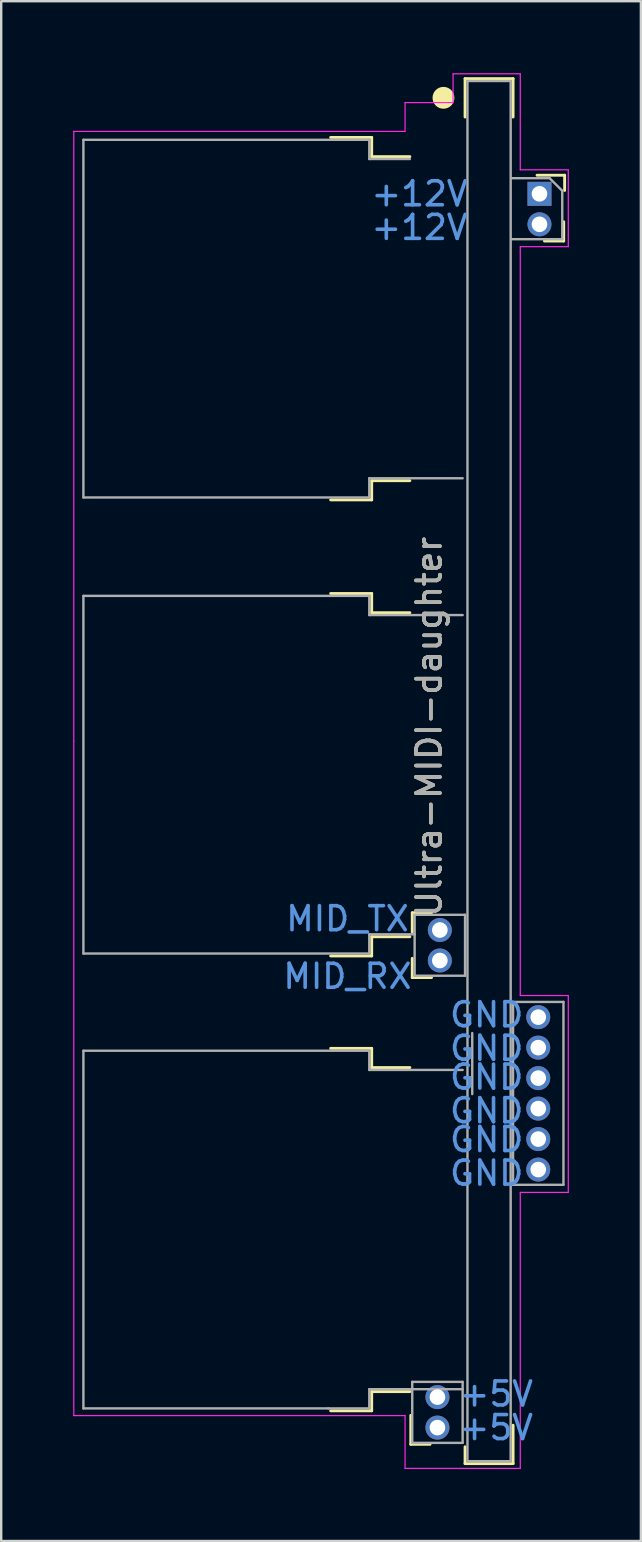
<source format=kicad_pcb>
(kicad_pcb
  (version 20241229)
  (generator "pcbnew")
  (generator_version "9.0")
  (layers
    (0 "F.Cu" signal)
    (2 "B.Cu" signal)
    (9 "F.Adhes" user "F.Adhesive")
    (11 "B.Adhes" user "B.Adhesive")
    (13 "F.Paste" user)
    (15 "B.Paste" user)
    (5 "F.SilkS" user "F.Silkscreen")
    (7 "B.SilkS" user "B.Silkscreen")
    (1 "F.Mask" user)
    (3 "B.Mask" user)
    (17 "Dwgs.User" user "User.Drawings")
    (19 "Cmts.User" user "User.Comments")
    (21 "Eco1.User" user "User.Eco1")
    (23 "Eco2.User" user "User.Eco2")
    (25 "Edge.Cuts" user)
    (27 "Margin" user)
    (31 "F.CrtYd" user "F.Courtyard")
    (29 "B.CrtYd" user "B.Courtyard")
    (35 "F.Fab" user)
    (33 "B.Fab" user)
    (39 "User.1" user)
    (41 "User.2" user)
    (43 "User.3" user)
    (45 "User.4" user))
  (footprint "Ultra-MIDI-daughter"
    (layer "F.Cu")
    (at 17.825 27.825)
    (property "Reference" "Ultra-MIDI-daughter" (at -3 -0.6 270) (layer "F.SilkS") (effects (font (size 1 1) (thickness 0.15))))
    (attr through_hole exclude_from_bom)
    (fp_line (start -7.1 -25.15) (end -5.39 -25.15) (stroke (width 0.12) (type solid)) (layer "F.SilkS"))
    (fp_line (start -7.1 -10.05) (end -5.39 -10.05) (stroke (width 0.12) (type solid)) (layer "F.SilkS"))
    (fp_line (start -7.1 -6.15) (end -5.39 -6.15) (stroke (width 0.12) (type solid)) (layer "F.SilkS"))
    (fp_line (start -7.1 8.95) (end -5.39 8.95) (stroke (width 0.12) (type solid)) (layer "F.SilkS"))
    (fp_line (start -7.1 12.8) (end -5.39 12.8) (stroke (width 0.12) (type solid)) (layer "F.SilkS"))
    (fp_line (start -7.1 27.9) (end -5.39 27.9) (stroke (width 0.12) (type solid)) (layer "F.SilkS"))
    (fp_line (start -5.39 -24.35) (end -5.39 -25.15) (stroke (width 0.12) (type solid)) (layer "F.SilkS"))
    (fp_line (start -5.39 -24.35) (end -3.8 -24.35) (stroke (width 0.12) (type solid)) (layer "F.SilkS"))
    (fp_line (start -5.39 -10.85) (end -5.39 -10.05) (stroke (width 0.12) (type solid)) (layer "F.SilkS"))
    (fp_line (start -5.39 -10.85) (end -3.8 -10.85) (stroke (width 0.12) (type solid)) (layer "F.SilkS"))
    (fp_line (start -5.39 -5.35) (end -5.39 -6.15) (stroke (width 0.12) (type solid)) (layer "F.SilkS"))
    (fp_line (start -5.39 -5.35) (end -3.8 -5.35) (stroke (width 0.12) (type solid)) (layer "F.SilkS"))
    (fp_line (start -5.39 8.15) (end -5.39 8.95) (stroke (width 0.12) (type solid)) (layer "F.SilkS"))
    (fp_line (start -5.39 8.15) (end -3.8 8.15) (stroke (width 0.12) (type solid)) (layer "F.SilkS"))
    (fp_line (start -5.39 13.6) (end -5.39 12.8) (stroke (width 0.12) (type solid)) (layer "F.SilkS"))
    (fp_line (start -5.39 13.6) (end -3.8 13.6) (stroke (width 0.12) (type solid)) (layer "F.SilkS"))
    (fp_line (start -5.39 27.1) (end -5.39 27.9) (stroke (width 0.12) (type solid)) (layer "F.SilkS"))
    (fp_line (start -5.39 27.1) (end -3.8 27.1) (stroke (width 0.12) (type solid)) (layer "F.SilkS"))
    (fp_line (start -3.761 28.09) (end -3.761 29.295) (stroke (width 0.12) (type solid)) (layer "F.SilkS"))
    (fp_line (start -3.761 29.295) (end -2.959 29.295) (stroke (width 0.12) (type solid)) (layer "F.SilkS"))
    (fp_line (start -3.7 7.955) (end -3.7 7.152) (stroke (width 0.12) (type solid)) (layer "F.SilkS"))
    (fp_line (start -3.7 9.05) (end -3.7 9.852) (stroke (width 0.12) (type solid)) (layer "F.SilkS"))
    (fp_line (start -2.898 7.152) (end -3.7 7.152) (stroke (width 0.12) (type solid)) (layer "F.SilkS"))
    (fp_line (start -2.898 9.852) (end -3.7 9.852) (stroke (width 0.12) (type solid)) (layer "F.SilkS"))
    (fp_line (start -1.5 -27.6) (end 0.5 -27.6) (stroke (width 0.12) (type solid)) (layer "F.SilkS"))
    (fp_line (start -1.5 -26) (end -1.5 -27.6) (stroke (width 0.12) (type solid)) (layer "F.SilkS"))
    (fp_line (start -1.5 29.4) (end -1.5 30.1) (stroke (width 0.12) (type solid)) (layer "F.SilkS"))
    (fp_line (start -1.5 30.1) (end 0.5 30.1) (stroke (width 0.12) (type solid)) (layer "F.SilkS"))
    (fp_line (start 0.5 -26) (end 0.5 -27.6) (stroke (width 0.12) (type solid)) (layer "F.SilkS"))
    (fp_line (start 0.5 28.5) (end 0.5 30.1) (stroke (width 0.12) (type solid)) (layer "F.SilkS"))
    (fp_line (start 1.806 -20.835) (end 2.609 -20.835) (stroke (width 0.12) (type solid)) (layer "F.SilkS"))
    (fp_line (start 2.609 -21.637) (end 2.609 -20.835) (stroke (width 0.12) (type solid)) (layer "F.SilkS"))
    (fp_line (start 2.648 -23.575) (end 1.499 -23.575) (stroke (width 0.12) (type solid)) (layer "F.SilkS"))
    (fp_line (start 2.648 -22.94) (end 2.648 -23.575) (stroke (width 0.12) (type solid)) (layer "F.SilkS"))
    (fp_circle (center -2.4 -26.8) (end -2.07 -26.8) (stroke (width 0.25) (type solid)) (fill yes) (layer "F.SilkS"))
    (fp_line (start -17.8 -25.4) (end -17.8 0) (stroke (width 0.05) (type solid)) (layer "F.CrtYd"))
    (fp_line (start -17.8 28.1) (end -17.8 0) (stroke (width 0.05) (type solid)) (layer "F.CrtYd"))
    (fp_line (start -17.8 28.1) (end -4 28.1) (stroke (width 0.05) (type solid)) (layer "F.CrtYd"))
    (fp_line (start -4 -26.6) (end -4 -25.4) (stroke (width 0.05) (type solid)) (layer "F.CrtYd"))
    (fp_line (start -4 -25.4) (end -17.8 -25.4) (stroke (width 0.05) (type solid)) (layer "F.CrtYd"))
    (fp_line (start -4 30.3) (end -4 28.1) (stroke (width 0.05) (type solid)) (layer "F.CrtYd"))
    (fp_line (start -2 -27.8) (end -2 -26.6) (stroke (width 0.05) (type solid)) (layer "F.CrtYd"))
    (fp_line (start -2 -26.6) (end -4 -26.6) (stroke (width 0.05) (type solid)) (layer "F.CrtYd"))
    (fp_line (start 0.8 -27.8) (end -2 -27.8) (stroke (width 0.05) (type solid)) (layer "F.CrtYd"))
    (fp_line (start 0.8 -23.8) (end 0.8 -27.8) (stroke (width 0.05) (type solid)) (layer "F.CrtYd"))
    (fp_line (start 0.8 -23.8) (end 2.8 -23.8) (stroke (width 0.05) (type solid)) (layer "F.CrtYd"))
    (fp_line (start 0.8 -20.6) (end 2.8 -20.6) (stroke (width 0.05) (type solid)) (layer "F.CrtYd"))
    (fp_line (start 0.8 -20.4) (end 0.8 -20.4) (stroke (width 0.05) (type solid)) (layer "F.CrtYd"))
    (fp_line (start 0.8 10.6) (end 0.8 -20.6) (stroke (width 0.05) (type solid)) (layer "F.CrtYd"))
    (fp_line (start 0.8 18.8) (end 2.8 18.8) (stroke (width 0.05) (type solid)) (layer "F.CrtYd"))
    (fp_line (start 0.8 30.3) (end -4 30.3) (stroke (width 0.05) (type solid)) (layer "F.CrtYd"))
    (fp_line (start 0.8 30.3) (end 0.8 18.8) (stroke (width 0.05) (type solid)) (layer "F.CrtYd"))
    (fp_line (start 2.8 -20.6) (end 2.8 -23.8) (stroke (width 0.05) (type solid)) (layer "F.CrtYd"))
    (fp_line (start 2.8 10.6) (end 0.8 10.6) (stroke (width 0.05) (type solid)) (layer "F.CrtYd"))
    (fp_line (start 2.8 18.8) (end 2.8 10.6) (stroke (width 0.05) (type solid)) (layer "F.CrtYd"))
    (fp_line (start -17.4 -25.05) (end -17.4 -10.15) (stroke (width 0.1) (type solid)) (layer "F.Fab"))
    (fp_line (start -17.4 -25.05) (end -5.49 -25.05) (stroke (width 0.1) (type solid)) (layer "F.Fab"))
    (fp_line (start -17.4 -10.15) (end -5.49 -10.15) (stroke (width 0.1) (type solid)) (layer "F.Fab"))
    (fp_line (start -17.4 -6.05) (end -17.4 8.85) (stroke (width 0.1) (type solid)) (layer "F.Fab"))
    (fp_line (start -17.4 -6.05) (end -5.49 -6.05) (stroke (width 0.1) (type solid)) (layer "F.Fab"))
    (fp_line (start -17.4 8.85) (end -5.49 8.85) (stroke (width 0.1) (type solid)) (layer "F.Fab"))
    (fp_line (start -17.4 12.9) (end -17.4 27.8) (stroke (width 0.1) (type solid)) (layer "F.Fab"))
    (fp_line (start -17.4 12.9) (end -5.49 12.9) (stroke (width 0.1) (type solid)) (layer "F.Fab"))
    (fp_line (start -17.4 27.8) (end -7.2 27.8) (stroke (width 0.1) (type solid)) (layer "F.Fab"))
    (fp_line (start -7.2 27.8) (end -5.49 27.8) (stroke (width 0.1) (type solid)) (layer "F.Fab"))
    (fp_line (start -5.49 -24.25) (end -5.49 -25.05) (stroke (width 0.1) (type solid)) (layer "F.Fab"))
    (fp_line (start -5.49 -24.25) (end -3.8 -24.25) (stroke (width 0.1) (type solid)) (layer "F.Fab"))
    (fp_line (start -5.49 -10.95) (end -5.49 -10.15) (stroke (width 0.1) (type solid)) (layer "F.Fab"))
    (fp_line (start -5.49 -10.95) (end -1.6 -10.95) (stroke (width 0.1) (type solid)) (layer "F.Fab"))
    (fp_line (start -5.49 -5.25) (end -5.49 -6.05) (stroke (width 0.1) (type solid)) (layer "F.Fab"))
    (fp_line (start -5.49 -5.25) (end -1.6 -5.25) (stroke (width 0.1) (type solid)) (layer "F.Fab"))
    (fp_line (start -5.49 8.05) (end -5.49 8.85) (stroke (width 0.1) (type solid)) (layer "F.Fab"))
    (fp_line (start -5.49 8.05) (end -3.6 8.05) (stroke (width 0.1) (type solid)) (layer "F.Fab"))
    (fp_line (start -5.49 13.7) (end -5.49 12.9) (stroke (width 0.1) (type solid)) (layer "F.Fab"))
    (fp_line (start -5.49 13.7) (end -1.6 13.7) (stroke (width 0.1) (type solid)) (layer "F.Fab"))
    (fp_line (start -5.49 27) (end -5.49 27.8) (stroke (width 0.1) (type solid)) (layer "F.Fab"))
    (fp_line (start -5.49 27) (end -1.6 27) (stroke (width 0.1) (type solid)) (layer "F.Fab"))
    (fp_line (start -3.701 29.235) (end -3.701 26.695) (stroke (width 0.1) (type solid)) (layer "F.Fab"))
    (fp_line (start -3.601 9.775) (end -3.601 7.235) (stroke (width 0.1) (type solid)) (layer "F.Fab"))
    (fp_line (start -1.601 26.695) (end -3.701 26.695) (stroke (width 0.1) (type solid)) (layer "F.Fab"))
    (fp_line (start -1.601 26.695) (end -1.601 29.235) (stroke (width 0.1) (type solid)) (layer "F.Fab"))
    (fp_line (start -1.601 29.235) (end -3.701 29.235) (stroke (width 0.1) (type solid)) (layer "F.Fab"))
    (fp_line (start -1.501 7.235) (end -3.601 7.235) (stroke (width 0.1) (type solid)) (layer "F.Fab"))
    (fp_line (start -1.501 7.235) (end -1.501 9.775) (stroke (width 0.1) (type solid)) (layer "F.Fab"))
    (fp_line (start -1.501 9.775) (end -3.601 9.775) (stroke (width 0.1) (type solid)) (layer "F.Fab"))
    (fp_line (start -1.4 30) (end -1.4 -27.5) (stroke (width 0.1) (type solid)) (layer "F.Fab"))
    (fp_line (start -1.201 12.165) (end -1.201 14.705) (stroke (width 0.1) (type solid)) (layer "F.Fab"))
    (fp_line (start 0.4 -27.5) (end -1.4 -27.5) (stroke (width 0.1) (type solid)) (layer "F.Fab"))
    (fp_line (start 0.4 30) (end -1.4 30) (stroke (width 0.1) (type solid)) (layer "F.Fab"))
    (fp_line (start 0.4 30) (end 0.4 -27.5) (stroke (width 0.1) (type solid)) (layer "F.Fab"))
    (fp_line (start 0.449 -20.91) (end 2.549 -20.91) (stroke (width 0.1) (type solid)) (layer "F.Fab"))
    (fp_line (start 0.499 18.485) (end 0.499 10.865) (stroke (width 0.1) (type solid)) (layer "F.Fab"))
    (fp_line (start 2.024 -23.45) (end 0.449 -23.45) (stroke (width 0.1) (type solid)) (layer "F.Fab"))
    (fp_line (start 2.549 -22.925) (end 2.024 -23.45) (stroke (width 0.1) (type solid)) (layer "F.Fab"))
    (fp_line (start 2.549 -20.91) (end 2.549 -22.925) (stroke (width 0.1) (type solid)) (layer "F.Fab"))
    (fp_line (start 2.599 10.865) (end 0.499 10.865) (stroke (width 0.1) (type solid)) (layer "F.Fab"))
    (fp_line (start 2.599 18.485) (end 0.499 18.485) (stroke (width 0.1) (type solid)) (layer "F.Fab"))
    (fp_line (start 2.599 18.485) (end 2.599 10.865) (stroke (width 0.1) (type solid)) (layer "F.Fab"))
    (fp_text user "GND" (at -0.6 16.6 0) (unlocked yes) (layer "Cmts.User") (effects (font (size 1 1) (thickness 0.15))))
    (fp_text user "+5V" (at -0.2 28.6 0) (unlocked yes) (layer "Cmts.User") (effects (font (size 1 1) (thickness 0.15))))
    (fp_text user "+12V" (at -3.4 -22.8 0) (unlocked yes) (layer "Cmts.User") (effects (font (size 1 1) (thickness 0.15))))
    (fp_text user "GND" (at -0.6 18 0) (unlocked yes) (layer "Cmts.User") (effects (font (size 1 1) (thickness 0.15))))
    (fp_text user "GND" (at -0.6 12.8 0) (unlocked yes) (layer "Cmts.User") (effects (font (size 1 1) (thickness 0.15))))
    (fp_text user "+5V" (at -0.2 27.2 0) (unlocked yes) (layer "Cmts.User") (effects (font (size 1 1) (thickness 0.15))))
    (fp_text user "+12V" (at -3.4 -21.4 0) (unlocked yes) (layer "Cmts.User") (effects (font (size 1 1) (thickness 0.15))))
    (fp_text user "MID_TX" (at -6.4 7.4 0) (unlocked yes) (layer "Cmts.User") (effects (font (size 1 1) (thickness 0.15))))
    (fp_text user "GND" (at -0.6 15.4 0) (unlocked yes) (layer "Cmts.User") (effects (font (size 1 1) (thickness 0.15))))
    (fp_text user "GND" (at -0.6 14 0) (unlocked yes) (layer "Cmts.User") (effects (font (size 1 1) (thickness 0.15))))
    (fp_text user "MID_RX" (at -6.4 9.8 0) (unlocked yes) (layer "Cmts.User") (effects (font (size 1 1) (thickness 0.15))))
    (fp_text user "GND" (at -0.6 11.4 0) (unlocked yes) (layer "Cmts.User") (effects (font (size 1 1) (thickness 0.15))))
    (fp_text user "${REFERENCE}" (at -3 -0.6 90) (layer "F.Fab") (effects (font (size 1 1) (thickness 0.15))))
    (pad "1" thru_hole rect (at 1.6 -22.8) (size 1 1) (drill 0.65) (layers "*.Cu" "*.Mask"))
    (pad "2" thru_hole circle (at 1.6 -21.53) (size 1 1) (drill 0.65) (layers "*.Cu" "*.Mask"))
    (pad "3" thru_hole circle (at -2.551 7.87) (size 1 1) (drill 0.65) (layers "*.Cu" "*.Mask"))
    (pad "4" thru_hole oval (at -2.551 9.14) (size 1 1) (drill 0.65) (layers "*.Cu" "*.Mask"))
    (pad "5" thru_hole circle (at 1.549 11.5) (size 1 1) (drill 0.65) (layers "*.Cu" "*.Mask"))
    (pad "6" thru_hole oval (at 1.549 12.77) (size 1 1) (drill 0.65) (layers "*.Cu" "*.Mask"))
    (pad "7" thru_hole circle (at 1.549 14.04) (size 1 1) (drill 0.65) (layers "*.Cu" "*.Mask"))
    (pad "8" thru_hole oval (at 1.549 15.31) (size 1 1) (drill 0.65) (layers "*.Cu" "*.Mask"))
    (pad "9" thru_hole oval (at 1.549 16.58) (size 1 1) (drill 0.65) (layers "*.Cu" "*.Mask"))
    (pad "10" thru_hole oval (at 1.549 17.85) (size 1 1) (drill 0.65) (layers "*.Cu" "*.Mask"))
    (pad "11" thru_hole circle (at -2.651 27.33) (size 1 1) (drill 0.65) (layers "*.Cu" "*.Mask"))
    (pad "12" thru_hole oval (at -2.651 28.6) (size 1 1) (drill 0.65) (layers "*.Cu" "*.Mask")))
  (gr_rect
    (start -3 -3)
    (end 23.65 61.15)
    (stroke (width 0.1) (type default))
    (fill no)
    (layer "Edge.Cuts")))
</source>
